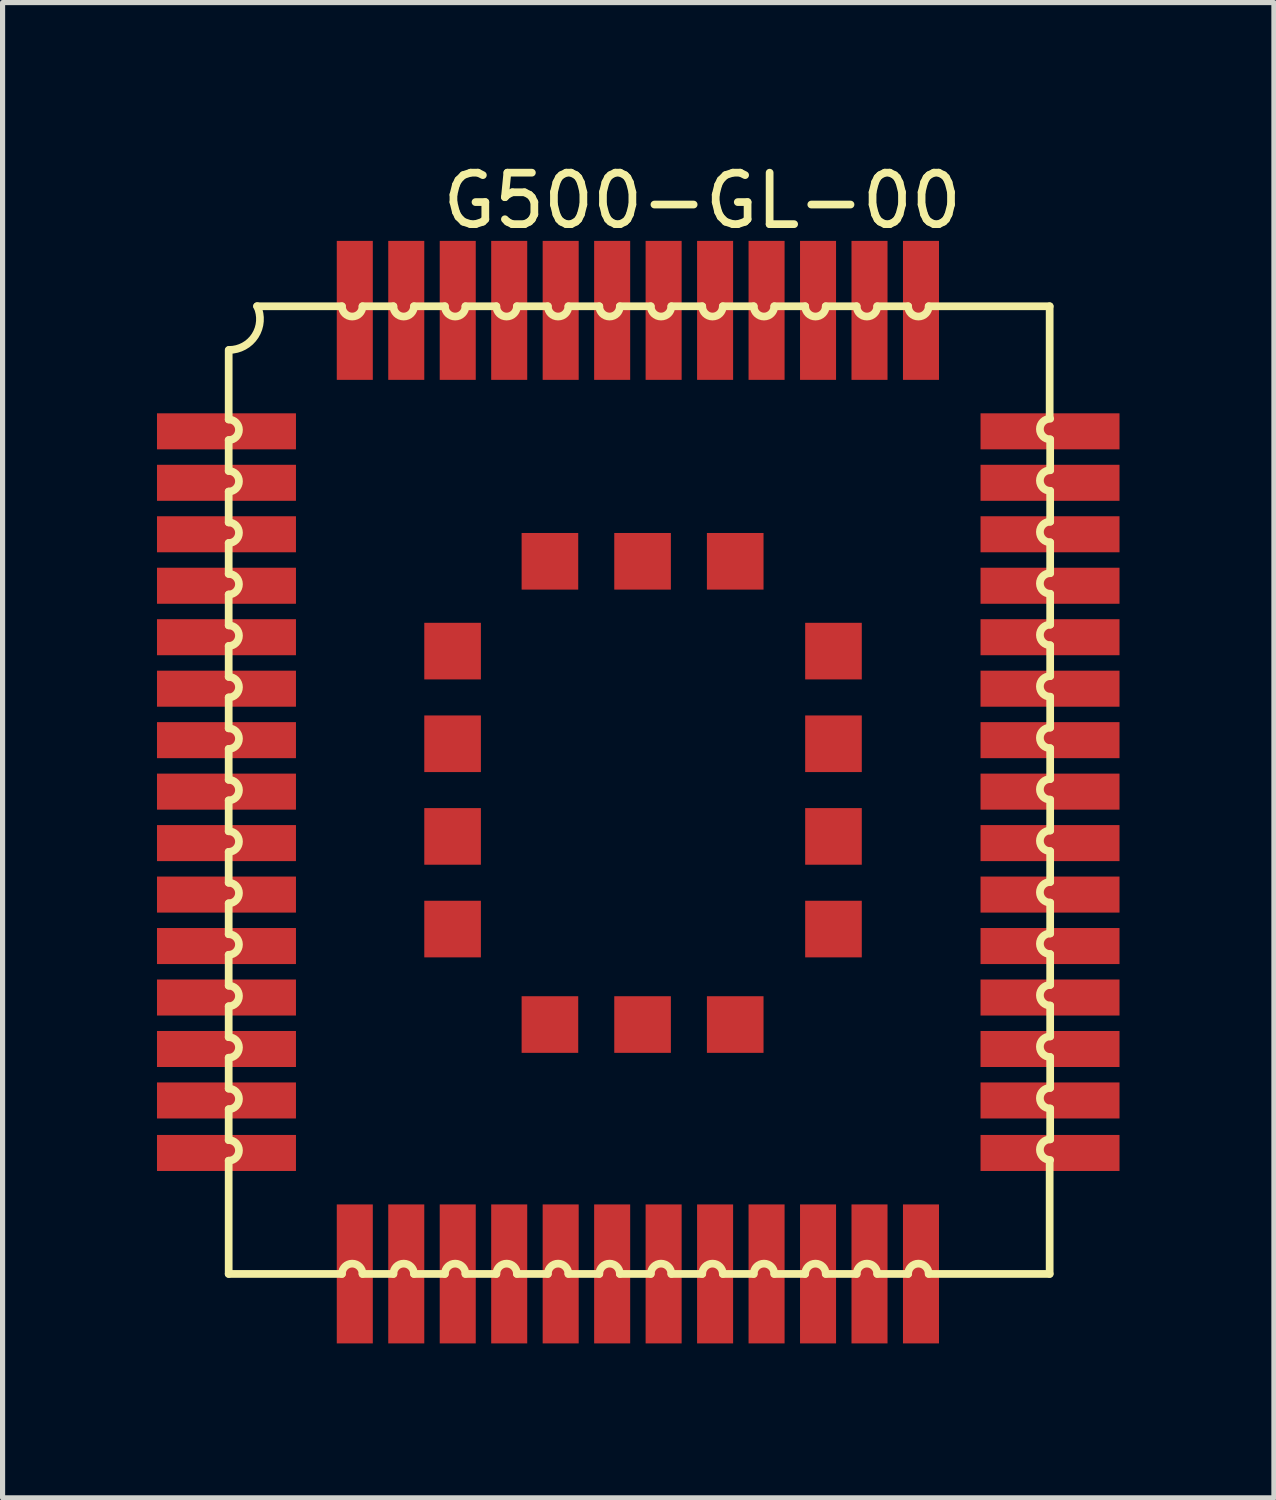
<source format=kicad_pcb>
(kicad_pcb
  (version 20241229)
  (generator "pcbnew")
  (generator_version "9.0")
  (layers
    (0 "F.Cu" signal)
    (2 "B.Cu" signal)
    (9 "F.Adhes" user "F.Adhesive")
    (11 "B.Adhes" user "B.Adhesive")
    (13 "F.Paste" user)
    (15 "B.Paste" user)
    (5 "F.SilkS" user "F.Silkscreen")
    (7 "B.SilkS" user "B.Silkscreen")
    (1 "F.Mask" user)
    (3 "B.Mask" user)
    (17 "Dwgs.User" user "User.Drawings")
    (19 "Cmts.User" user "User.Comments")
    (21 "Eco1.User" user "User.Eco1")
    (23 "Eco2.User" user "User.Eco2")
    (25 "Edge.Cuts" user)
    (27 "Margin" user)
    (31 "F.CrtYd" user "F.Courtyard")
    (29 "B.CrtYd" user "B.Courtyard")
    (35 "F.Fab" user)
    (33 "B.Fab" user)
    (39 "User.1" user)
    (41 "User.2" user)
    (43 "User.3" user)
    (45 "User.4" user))
  (footprint "G500-GL-00"
    (layer "F.Cu")
    (at 13.843 0.25)
    (property "Reference" "G500-GL-00" (at -3.25 0.6 0) (layer "F.SilkS") (effects (font (size 1 1) (thickness 0.15))))
    (attr through_hole)
    (fp_line (start -12.45 4.85) (end -12.45 3.5) (stroke (width 0.15) (type solid)) (layer "F.SilkS"))
    (fp_line (start -12.45 5.25) (end -12.45 5.85) (stroke (width 0.15) (type solid)) (layer "F.SilkS"))
    (fp_line (start -12.45 6.25) (end -12.45 6.85) (stroke (width 0.15) (type solid)) (layer "F.SilkS"))
    (fp_line (start -12.45 7.85) (end -12.45 7.25) (stroke (width 0.15) (type solid)) (layer "F.SilkS"))
    (fp_line (start -12.45 8.25) (end -12.45 8.85) (stroke (width 0.15) (type solid)) (layer "F.SilkS"))
    (fp_line (start -12.45 9.25) (end -12.45 9.85) (stroke (width 0.15) (type solid)) (layer "F.SilkS"))
    (fp_line (start -12.45 10.25) (end -12.45 10.85) (stroke (width 0.15) (type solid)) (layer "F.SilkS"))
    (fp_line (start -12.45 11.25) (end -12.45 11.85) (stroke (width 0.15) (type solid)) (layer "F.SilkS"))
    (fp_line (start -12.45 12.25) (end -12.45 12.85) (stroke (width 0.15) (type solid)) (layer "F.SilkS"))
    (fp_line (start -12.45 13.25) (end -12.45 13.85) (stroke (width 0.15) (type solid)) (layer "F.SilkS"))
    (fp_line (start -12.45 14.25) (end -12.45 14.85) (stroke (width 0.15) (type solid)) (layer "F.SilkS"))
    (fp_line (start -12.45 15.25) (end -12.45 15.85) (stroke (width 0.15) (type solid)) (layer "F.SilkS"))
    (fp_line (start -12.45 16.25) (end -12.45 16.85) (stroke (width 0.15) (type solid)) (layer "F.SilkS"))
    (fp_line (start -12.45 17.25) (end -12.45 17.85) (stroke (width 0.15) (type solid)) (layer "F.SilkS"))
    (fp_line (start -12.45 18.25) (end -12.45 18.85) (stroke (width 0.15) (type solid)) (layer "F.SilkS"))
    (fp_line (start -12.45 19.25) (end -12.45 21.45) (stroke (width 0.15) (type solid)) (layer "F.SilkS"))
    (fp_line (start -12.45 21.45) (end -10.25 21.45) (stroke (width 0.15) (type solid)) (layer "F.SilkS"))
    (fp_line (start -10.25 2.65) (end -11.9 2.65) (stroke (width 0.15) (type solid)) (layer "F.SilkS"))
    (fp_line (start -9.85 21.45) (end -9.25 21.45) (stroke (width 0.15) (type solid)) (layer "F.SilkS"))
    (fp_line (start -9.25 2.65) (end -9.85 2.65) (stroke (width 0.15) (type solid)) (layer "F.SilkS"))
    (fp_line (start -8.85 21.45) (end -8.25 21.45) (stroke (width 0.15) (type solid)) (layer "F.SilkS"))
    (fp_line (start -8.25 2.65) (end -8.85 2.65) (stroke (width 0.15) (type solid)) (layer "F.SilkS"))
    (fp_line (start -7.85 21.45) (end -7.25 21.45) (stroke (width 0.15) (type solid)) (layer "F.SilkS"))
    (fp_line (start -7.25 2.65) (end -7.85 2.65) (stroke (width 0.15) (type solid)) (layer "F.SilkS"))
    (fp_line (start -6.85 21.45) (end -6.25 21.45) (stroke (width 0.15) (type solid)) (layer "F.SilkS"))
    (fp_line (start -6.25 2.65) (end -6.85 2.65) (stroke (width 0.15) (type solid)) (layer "F.SilkS"))
    (fp_line (start -5.85 21.45) (end -5.25 21.45) (stroke (width 0.15) (type solid)) (layer "F.SilkS"))
    (fp_line (start -5.25 2.65) (end -5.85 2.65) (stroke (width 0.15) (type solid)) (layer "F.SilkS"))
    (fp_line (start -4.85 21.45) (end -4.25 21.45) (stroke (width 0.15) (type solid)) (layer "F.SilkS"))
    (fp_line (start -4.25 2.65) (end -4.85 2.65) (stroke (width 0.15) (type solid)) (layer "F.SilkS"))
    (fp_line (start -3.85 21.45) (end -3.25 21.45) (stroke (width 0.15) (type solid)) (layer "F.SilkS"))
    (fp_line (start -3.25 2.65) (end -3.85 2.65) (stroke (width 0.15) (type solid)) (layer "F.SilkS"))
    (fp_line (start -2.85 21.45) (end -2.25 21.45) (stroke (width 0.15) (type solid)) (layer "F.SilkS"))
    (fp_line (start -2.25 2.65) (end -2.85 2.65) (stroke (width 0.15) (type solid)) (layer "F.SilkS"))
    (fp_line (start -1.85 21.45) (end -1.25 21.45) (stroke (width 0.15) (type solid)) (layer "F.SilkS"))
    (fp_line (start -1.25 2.65) (end -1.85 2.65) (stroke (width 0.15) (type solid)) (layer "F.SilkS"))
    (fp_line (start -0.85 21.45) (end -0.25 21.45) (stroke (width 0.15) (type solid)) (layer "F.SilkS"))
    (fp_line (start -0.25 2.65) (end -0.85 2.65) (stroke (width 0.15) (type solid)) (layer "F.SilkS"))
    (fp_line (start 0.15 21.45) (end 0.75 21.45) (stroke (width 0.15) (type solid)) (layer "F.SilkS"))
    (fp_line (start 0.75 2.65) (end 0.15 2.65) (stroke (width 0.15) (type solid)) (layer "F.SilkS"))
    (fp_line (start 1.15 2.65) (end 3.5 2.65) (stroke (width 0.15) (type solid)) (layer "F.SilkS"))
    (fp_line (start 1.15 21.45) (end 3.5 21.45) (stroke (width 0.15) (type solid)) (layer "F.SilkS"))
    (fp_line (start 3.5 4.8) (end 3.5 2.65) (stroke (width 0.15) (type solid)) (layer "F.SilkS"))
    (fp_line (start 3.5 21.45) (end 3.5 19.25) (stroke (width 0.15) (type solid)) (layer "F.SilkS"))
    (fp_line (start 3.51 5.836) (end 3.51 5.236) (stroke (width 0.15) (type solid)) (layer "F.SilkS"))
    (fp_line (start 3.51 6.836) (end 3.51 6.236) (stroke (width 0.15) (type solid)) (layer "F.SilkS"))
    (fp_line (start 3.51 7.836) (end 3.51 7.236) (stroke (width 0.15) (type solid)) (layer "F.SilkS"))
    (fp_line (start 3.51 8.836) (end 3.51 8.236) (stroke (width 0.15) (type solid)) (layer "F.SilkS"))
    (fp_line (start 3.51 9.836) (end 3.51 9.236) (stroke (width 0.15) (type solid)) (layer "F.SilkS"))
    (fp_line (start 3.51 10.836) (end 3.51 10.236) (stroke (width 0.15) (type solid)) (layer "F.SilkS"))
    (fp_line (start 3.51 11.836) (end 3.51 11.236) (stroke (width 0.15) (type solid)) (layer "F.SilkS"))
    (fp_line (start 3.51 12.836) (end 3.51 12.236) (stroke (width 0.15) (type solid)) (layer "F.SilkS"))
    (fp_line (start 3.51 13.836) (end 3.51 13.236) (stroke (width 0.15) (type solid)) (layer "F.SilkS"))
    (fp_line (start 3.51 14.836) (end 3.51 14.236) (stroke (width 0.15) (type solid)) (layer "F.SilkS"))
    (fp_line (start 3.51 15.836) (end 3.51 15.236) (stroke (width 0.15) (type solid)) (layer "F.SilkS"))
    (fp_line (start 3.51 16.236) (end 3.51 16.836) (stroke (width 0.15) (type solid)) (layer "F.SilkS"))
    (fp_line (start 3.51 17.836) (end 3.51 17.236) (stroke (width 0.15) (type solid)) (layer "F.SilkS"))
    (fp_line (start 3.51 18.836) (end 3.51 18.236) (stroke (width 0.15) (type solid)) (layer "F.SilkS"))
    (fp_arc (start -12.45 4.85) (mid -12.25 5.05) (end -12.45 5.25) (stroke (width 0.15) (type solid)) (layer "F.SilkS"))
    (fp_arc (start -12.45 5.85) (mid -12.25 6.05) (end -12.45 6.25) (stroke (width 0.15) (type solid)) (layer "F.SilkS"))
    (fp_arc (start -12.45 6.85) (mid -12.25 7.05) (end -12.45 7.25) (stroke (width 0.15) (type solid)) (layer "F.SilkS"))
    (fp_arc (start -12.45 7.85) (mid -12.25 8.05) (end -12.45 8.25) (stroke (width 0.15) (type solid)) (layer "F.SilkS"))
    (fp_arc (start -12.45 8.85) (mid -12.25 9.05) (end -12.45 9.25) (stroke (width 0.15) (type solid)) (layer "F.SilkS"))
    (fp_arc (start -12.45 9.85) (mid -12.25 10.05) (end -12.45 10.25) (stroke (width 0.15) (type solid)) (layer "F.SilkS"))
    (fp_arc (start -12.45 10.85) (mid -12.25 11.05) (end -12.45 11.25) (stroke (width 0.15) (type solid)) (layer "F.SilkS"))
    (fp_arc (start -12.45 11.85) (mid -12.25 12.05) (end -12.45 12.25) (stroke (width 0.15) (type solid)) (layer "F.SilkS"))
    (fp_arc (start -12.45 12.85) (mid -12.25 13.05) (end -12.45 13.25) (stroke (width 0.15) (type solid)) (layer "F.SilkS"))
    (fp_arc (start -12.45 13.85) (mid -12.25 14.05) (end -12.45 14.25) (stroke (width 0.15) (type solid)) (layer "F.SilkS"))
    (fp_arc (start -12.45 14.85) (mid -12.25 15.05) (end -12.45 15.25) (stroke (width 0.15) (type solid)) (layer "F.SilkS"))
    (fp_arc (start -12.45 15.85) (mid -12.25 16.05) (end -12.45 16.25) (stroke (width 0.15) (type solid)) (layer "F.SilkS"))
    (fp_arc (start -12.45 16.85) (mid -12.25 17.05) (end -12.45 17.25) (stroke (width 0.15) (type solid)) (layer "F.SilkS"))
    (fp_arc (start -12.45 17.85) (mid -12.25 18.05) (end -12.45 18.25) (stroke (width 0.15) (type solid)) (layer "F.SilkS"))
    (fp_arc (start -12.45 18.85) (mid -12.25 19.05) (end -12.45 19.25) (stroke (width 0.15) (type solid)) (layer "F.SilkS"))
    (fp_arc (start -11.896511 2.648399) (mid -11.93679 3.222565) (end -12.441836 3.498639) (stroke (width 0.15) (type solid)) (layer "F.SilkS"))
    (fp_arc (start -10.25 21.45) (mid -10.05 21.25) (end -9.85 21.45) (stroke (width 0.15) (type solid)) (layer "F.SilkS"))
    (fp_arc (start -9.85 2.65) (mid -10.05 2.85) (end -10.25 2.65) (stroke (width 0.15) (type solid)) (layer "F.SilkS"))
    (fp_arc (start -9.25 21.45) (mid -9.05 21.25) (end -8.85 21.45) (stroke (width 0.15) (type solid)) (layer "F.SilkS"))
    (fp_arc (start -8.85 2.65) (mid -9.05 2.85) (end -9.25 2.65) (stroke (width 0.15) (type solid)) (layer "F.SilkS"))
    (fp_arc (start -8.25 21.45) (mid -8.05 21.25) (end -7.85 21.45) (stroke (width 0.15) (type solid)) (layer "F.SilkS"))
    (fp_arc (start -7.85 2.65) (mid -8.05 2.85) (end -8.25 2.65) (stroke (width 0.15) (type solid)) (layer "F.SilkS"))
    (fp_arc (start -7.25 21.45) (mid -7.05 21.25) (end -6.85 21.45) (stroke (width 0.15) (type solid)) (layer "F.SilkS"))
    (fp_arc (start -6.85 2.65) (mid -7.05 2.85) (end -7.25 2.65) (stroke (width 0.15) (type solid)) (layer "F.SilkS"))
    (fp_arc (start -6.25 21.45) (mid -6.05 21.25) (end -5.85 21.45) (stroke (width 0.15) (type solid)) (layer "F.SilkS"))
    (fp_arc (start -5.85 2.65) (mid -6.05 2.85) (end -6.25 2.65) (stroke (width 0.15) (type solid)) (layer "F.SilkS"))
    (fp_arc (start -5.25 21.45) (mid -5.05 21.25) (end -4.85 21.45) (stroke (width 0.15) (type solid)) (layer "F.SilkS"))
    (fp_arc (start -4.85 2.65) (mid -5.05 2.85) (end -5.25 2.65) (stroke (width 0.15) (type solid)) (layer "F.SilkS"))
    (fp_arc (start -4.25 21.45) (mid -4.05 21.25) (end -3.85 21.45) (stroke (width 0.15) (type solid)) (layer "F.SilkS"))
    (fp_arc (start -3.85 2.65) (mid -4.05 2.85) (end -4.25 2.65) (stroke (width 0.15) (type solid)) (layer "F.SilkS"))
    (fp_arc (start -3.25 21.45) (mid -3.05 21.25) (end -2.85 21.45) (stroke (width 0.15) (type solid)) (layer "F.SilkS"))
    (fp_arc (start -2.85 2.65) (mid -3.05 2.85) (end -3.25 2.65) (stroke (width 0.15) (type solid)) (layer "F.SilkS"))
    (fp_arc (start -2.25 21.45) (mid -2.05 21.25) (end -1.85 21.45) (stroke (width 0.15) (type solid)) (layer "F.SilkS"))
    (fp_arc (start -1.85 2.65) (mid -2.05 2.85) (end -2.25 2.65) (stroke (width 0.15) (type solid)) (layer "F.SilkS"))
    (fp_arc (start -1.25 21.45) (mid -1.05 21.25) (end -0.85 21.45) (stroke (width 0.15) (type solid)) (layer "F.SilkS"))
    (fp_arc (start -0.85 2.65) (mid -1.05 2.85) (end -1.25 2.65) (stroke (width 0.15) (type solid)) (layer "F.SilkS"))
    (fp_arc (start -0.25 21.45) (mid -0.05 21.25) (end 0.15 21.45) (stroke (width 0.15) (type solid)) (layer "F.SilkS"))
    (fp_arc (start 0.15 2.65) (mid -0.05 2.85) (end -0.25 2.65) (stroke (width 0.15) (type solid)) (layer "F.SilkS"))
    (fp_arc (start 0.75 21.45) (mid 0.95 21.25) (end 1.15 21.45) (stroke (width 0.15) (type solid)) (layer "F.SilkS"))
    (fp_arc (start 1.15 2.65) (mid 0.95 2.85) (end 0.75 2.65) (stroke (width 0.15) (type solid)) (layer "F.SilkS"))
    (fp_arc (start 3.51029 5.235727) (mid 3.31029 5.035727) (end 3.51029 4.835727) (stroke (width 0.15) (type solid)) (layer "F.SilkS"))
    (fp_arc (start 3.51029 6.235727) (mid 3.31029 6.035727) (end 3.51029 5.835727) (stroke (width 0.15) (type solid)) (layer "F.SilkS"))
    (fp_arc (start 3.51029 7.235727) (mid 3.31029 7.035727) (end 3.51029 6.835727) (stroke (width 0.15) (type solid)) (layer "F.SilkS"))
    (fp_arc (start 3.51029 8.235727) (mid 3.31029 8.035727) (end 3.51029 7.835727) (stroke (width 0.15) (type solid)) (layer "F.SilkS"))
    (fp_arc (start 3.51029 9.235727) (mid 3.31029 9.035727) (end 3.51029 8.835727) (stroke (width 0.15) (type solid)) (layer "F.SilkS"))
    (fp_arc (start 3.51029 10.235727) (mid 3.31029 10.035727) (end 3.51029 9.835727) (stroke (width 0.15) (type solid)) (layer "F.SilkS"))
    (fp_arc (start 3.51029 11.235727) (mid 3.31029 11.035727) (end 3.51029 10.835727) (stroke (width 0.15) (type solid)) (layer "F.SilkS"))
    (fp_arc (start 3.51029 12.235727) (mid 3.31029 12.035727) (end 3.51029 11.835727) (stroke (width 0.15) (type solid)) (layer "F.SilkS"))
    (fp_arc (start 3.51029 13.235727) (mid 3.31029 13.035727) (end 3.51029 12.835727) (stroke (width 0.15) (type solid)) (layer "F.SilkS"))
    (fp_arc (start 3.51029 14.235727) (mid 3.31029 14.035727) (end 3.51029 13.835727) (stroke (width 0.15) (type solid)) (layer "F.SilkS"))
    (fp_arc (start 3.51029 15.235727) (mid 3.31029 15.035727) (end 3.51029 14.835727) (stroke (width 0.15) (type solid)) (layer "F.SilkS"))
    (fp_arc (start 3.51029 16.235727) (mid 3.31029 16.035727) (end 3.51029 15.835727) (stroke (width 0.15) (type solid)) (layer "F.SilkS"))
    (fp_arc (start 3.51029 17.235727) (mid 3.31029 17.035727) (end 3.51029 16.835727) (stroke (width 0.15) (type solid)) (layer "F.SilkS"))
    (fp_arc (start 3.51029 18.235727) (mid 3.31029 18.035727) (end 3.51029 17.835727) (stroke (width 0.15) (type solid)) (layer "F.SilkS"))
    (fp_arc (start 3.51029 19.235727) (mid 3.31029 19.035727) (end 3.51029 18.835727) (stroke (width 0.15) (type solid)) (layer "F.SilkS"))
    (pad "1" smd rect (at -12.493 5.08 90) (size 0.7 2.7) (layers "F.Cu" "F.Mask" "F.Paste"))
    (pad "2" smd rect (at -12.493 6.08 90) (size 0.7 2.7) (layers "F.Cu" "F.Mask" "F.Paste"))
    (pad "3" smd rect (at -12.493 7.08 90) (size 0.7 2.7) (layers "F.Cu" "F.Mask" "F.Paste"))
    (pad "4" smd rect (at -12.493 8.08 90) (size 0.7 2.7) (layers "F.Cu" "F.Mask" "F.Paste"))
    (pad "5" smd rect (at -12.493 9.08 90) (size 0.7 2.7) (layers "F.Cu" "F.Mask" "F.Paste"))
    (pad "6" smd rect (at -12.493 10.08 90) (size 0.7 2.7) (layers "F.Cu" "F.Mask" "F.Paste"))
    (pad "7" smd rect (at -12.493 11.08 90) (size 0.7 2.7) (layers "F.Cu" "F.Mask" "F.Paste"))
    (pad "8" smd rect (at -12.493 12.08 90) (size 0.7 2.7) (layers "F.Cu" "F.Mask" "F.Paste"))
    (pad "9" smd rect (at -12.493 13.08 90) (size 0.7 2.7) (layers "F.Cu" "F.Mask" "F.Paste"))
    (pad "10" smd rect (at -12.493 14.08 90) (size 0.7 2.7) (layers "F.Cu" "F.Mask" "F.Paste"))
    (pad "11" smd rect (at -12.493 15.08 90) (size 0.7 2.7) (layers "F.Cu" "F.Mask" "F.Paste"))
    (pad "12" smd rect (at -12.493 16.08 90) (size 0.7 2.7) (layers "F.Cu" "F.Mask" "F.Paste"))
    (pad "13" smd rect (at -12.493 17.08 90) (size 0.7 2.7) (layers "F.Cu" "F.Mask" "F.Paste"))
    (pad "14" smd rect (at -12.493 18.08 90) (size 0.7 2.7) (layers "F.Cu" "F.Mask" "F.Paste"))
    (pad "15" smd rect (at -12.493 19.1 90) (size 0.7 2.7) (layers "F.Cu" "F.Mask" "F.Paste"))
    (pad "16" smd rect (at -10 21.45) (size 0.7 2.7) (layers "F.Cu" "F.Mask" "F.Paste"))
    (pad "17" smd rect (at -9 21.45) (size 0.7 2.7) (layers "F.Cu" "F.Mask" "F.Paste"))
    (pad "18" smd rect (at -8 21.45) (size 0.7 2.7) (layers "F.Cu" "F.Mask" "F.Paste"))
    (pad "19" smd rect (at -7 21.45) (size 0.7 2.7) (layers "F.Cu" "F.Mask" "F.Paste"))
    (pad "20" smd rect (at -6 21.45) (size 0.7 2.7) (layers "F.Cu" "F.Mask" "F.Paste"))
    (pad "21" smd rect (at -5 21.45) (size 0.7 2.7) (layers "F.Cu" "F.Mask" "F.Paste"))
    (pad "22" smd rect (at -4 21.45) (size 0.7 2.7) (layers "F.Cu" "F.Mask" "F.Paste"))
    (pad "23" smd rect (at -3 21.45) (size 0.7 2.7) (layers "F.Cu" "F.Mask" "F.Paste"))
    (pad "24" smd rect (at -2 21.45) (size 0.7 2.7) (layers "F.Cu" "F.Mask" "F.Paste"))
    (pad "25" smd rect (at -1 21.45) (size 0.7 2.7) (layers "F.Cu" "F.Mask" "F.Paste"))
    (pad "26" smd rect (at 0 21.45) (size 0.7 2.7) (layers "F.Cu" "F.Mask" "F.Paste"))
    (pad "27" smd rect (at 1 21.45) (size 0.7 2.7) (layers "F.Cu" "F.Mask" "F.Paste"))
    (pad "28" smd rect (at 3.507 19.1 90) (size 0.7 2.7) (layers "F.Cu" "F.Mask" "F.Paste"))
    (pad "29" smd rect (at 3.507 18.08 90) (size 0.7 2.7) (layers "F.Cu" "F.Mask" "F.Paste"))
    (pad "30" smd rect (at 3.507 17.08 90) (size 0.7 2.7) (layers "F.Cu" "F.Mask" "F.Paste"))
    (pad "31" smd rect (at 3.507 16.08 90) (size 0.7 2.7) (layers "F.Cu" "F.Mask" "F.Paste"))
    (pad "32" smd rect (at 3.507 15.08 90) (size 0.7 2.7) (layers "F.Cu" "F.Mask" "F.Paste"))
    (pad "33" smd rect (at 3.507 14.08 90) (size 0.7 2.7) (layers "F.Cu" "F.Mask" "F.Paste"))
    (pad "34" smd rect (at 3.507 13.08 90) (size 0.7 2.7) (layers "F.Cu" "F.Mask" "F.Paste"))
    (pad "35" smd rect (at 3.507 12.08 90) (size 0.7 2.7) (layers "F.Cu" "F.Mask" "F.Paste"))
    (pad "36" smd rect (at 3.507 11.08 90) (size 0.7 2.7) (layers "F.Cu" "F.Mask" "F.Paste"))
    (pad "37" smd rect (at 3.507 10.08 90) (size 0.7 2.7) (layers "F.Cu" "F.Mask" "F.Paste"))
    (pad "38" smd rect (at 3.507 9.08 90) (size 0.7 2.7) (layers "F.Cu" "F.Mask" "F.Paste"))
    (pad "39" smd rect (at 3.507 8.08 90) (size 0.7 2.7) (layers "F.Cu" "F.Mask" "F.Paste"))
    (pad "40" smd rect (at 3.507 7.08 90) (size 0.7 2.7) (layers "F.Cu" "F.Mask" "F.Paste"))
    (pad "41" smd rect (at 3.507 6.08 90) (size 0.7 2.7) (layers "F.Cu" "F.Mask" "F.Paste"))
    (pad "42" smd rect (at 3.507 5.08 90) (size 0.7 2.7) (layers "F.Cu" "F.Mask" "F.Paste"))
    (pad "43" smd rect (at 1 2.73) (size 0.7 2.7) (layers "F.Cu" "F.Mask" "F.Paste"))
    (pad "44" smd rect (at 0 2.73) (size 0.7 2.7) (layers "F.Cu" "F.Mask" "F.Paste"))
    (pad "45" smd rect (at -1 2.73) (size 0.7 2.7) (layers "F.Cu" "F.Mask" "F.Paste"))
    (pad "46" smd rect (at -2 2.73) (size 0.7 2.7) (layers "F.Cu" "F.Mask" "F.Paste"))
    (pad "47" smd rect (at -3 2.73) (size 0.7 2.7) (layers "F.Cu" "F.Mask" "F.Paste"))
    (pad "48" smd rect (at -4 2.73) (size 0.7 2.7) (layers "F.Cu" "F.Mask" "F.Paste"))
    (pad "49" smd rect (at -5 2.73) (size 0.7 2.7) (layers "F.Cu" "F.Mask" "F.Paste"))
    (pad "50" smd rect (at -6 2.73) (size 0.7 2.7) (layers "F.Cu" "F.Mask" "F.Paste"))
    (pad "51" smd rect (at -7 2.73) (size 0.7 2.7) (layers "F.Cu" "F.Mask" "F.Paste"))
    (pad "52" smd rect (at -8 2.73) (size 0.7 2.7) (layers "F.Cu" "F.Mask" "F.Paste"))
    (pad "53" smd rect (at -9 2.73) (size 0.7 2.7) (layers "F.Cu" "F.Mask" "F.Paste"))
    (pad "54" smd rect (at -10 2.73) (size 0.7 2.7) (layers "F.Cu" "F.Mask" "F.Paste"))
    (pad "55" smd rect (at -8.1 9.35 180) (size 1.1 1.1) (layers "F.Cu" "F.Mask" "F.Paste"))
    (pad "56" smd rect (at -8.1 11.15 180) (size 1.1 1.1) (layers "F.Cu" "F.Mask" "F.Paste"))
    (pad "57" smd rect (at -8.1 12.95 180) (size 1.1 1.1) (layers "F.Cu" "F.Mask" "F.Paste"))
    (pad "58" smd rect (at -8.1 14.75 180) (size 1.1 1.1) (layers "F.Cu" "F.Mask" "F.Paste"))
    (pad "59" smd rect (at -6.209 16.605 270) (size 1.1 1.1) (layers "F.Cu" "F.Mask" "F.Paste"))
    (pad "60" smd rect (at -4.409 16.605 270) (size 1.1 1.1) (layers "F.Cu" "F.Mask" "F.Paste"))
    (pad "61" smd rect (at -2.609 16.605 270) (size 1.1 1.1) (layers "F.Cu" "F.Mask" "F.Paste"))
    (pad "62" smd rect (at -0.7 14.75 180) (size 1.1 1.1) (layers "F.Cu" "F.Mask" "F.Paste"))
    (pad "63" smd rect (at -0.7 12.95 180) (size 1.1 1.1) (layers "F.Cu" "F.Mask" "F.Paste"))
    (pad "64" smd rect (at -0.7 11.15 180) (size 1.1 1.1) (layers "F.Cu" "F.Mask" "F.Paste"))
    (pad "65" smd rect (at -0.7 9.35 180) (size 1.1 1.1) (layers "F.Cu" "F.Mask" "F.Paste"))
    (pad "66" smd rect (at -2.609 7.605 270) (size 1.1 1.1) (layers "F.Cu" "F.Mask" "F.Paste"))
    (pad "67" smd rect (at -4.409 7.605 270) (size 1.1 1.1) (layers "F.Cu" "F.Mask" "F.Paste"))
    (pad "68" smd rect (at -6.209 7.605 270) (size 1.1 1.1) (layers "F.Cu" "F.Mask" "F.Paste")))
  (gr_rect
    (start -3 -3)
    (end 21.7 26.05)
    (stroke (width 0.1) (type default))
    (fill no)
    (layer "Edge.Cuts")))
</source>
